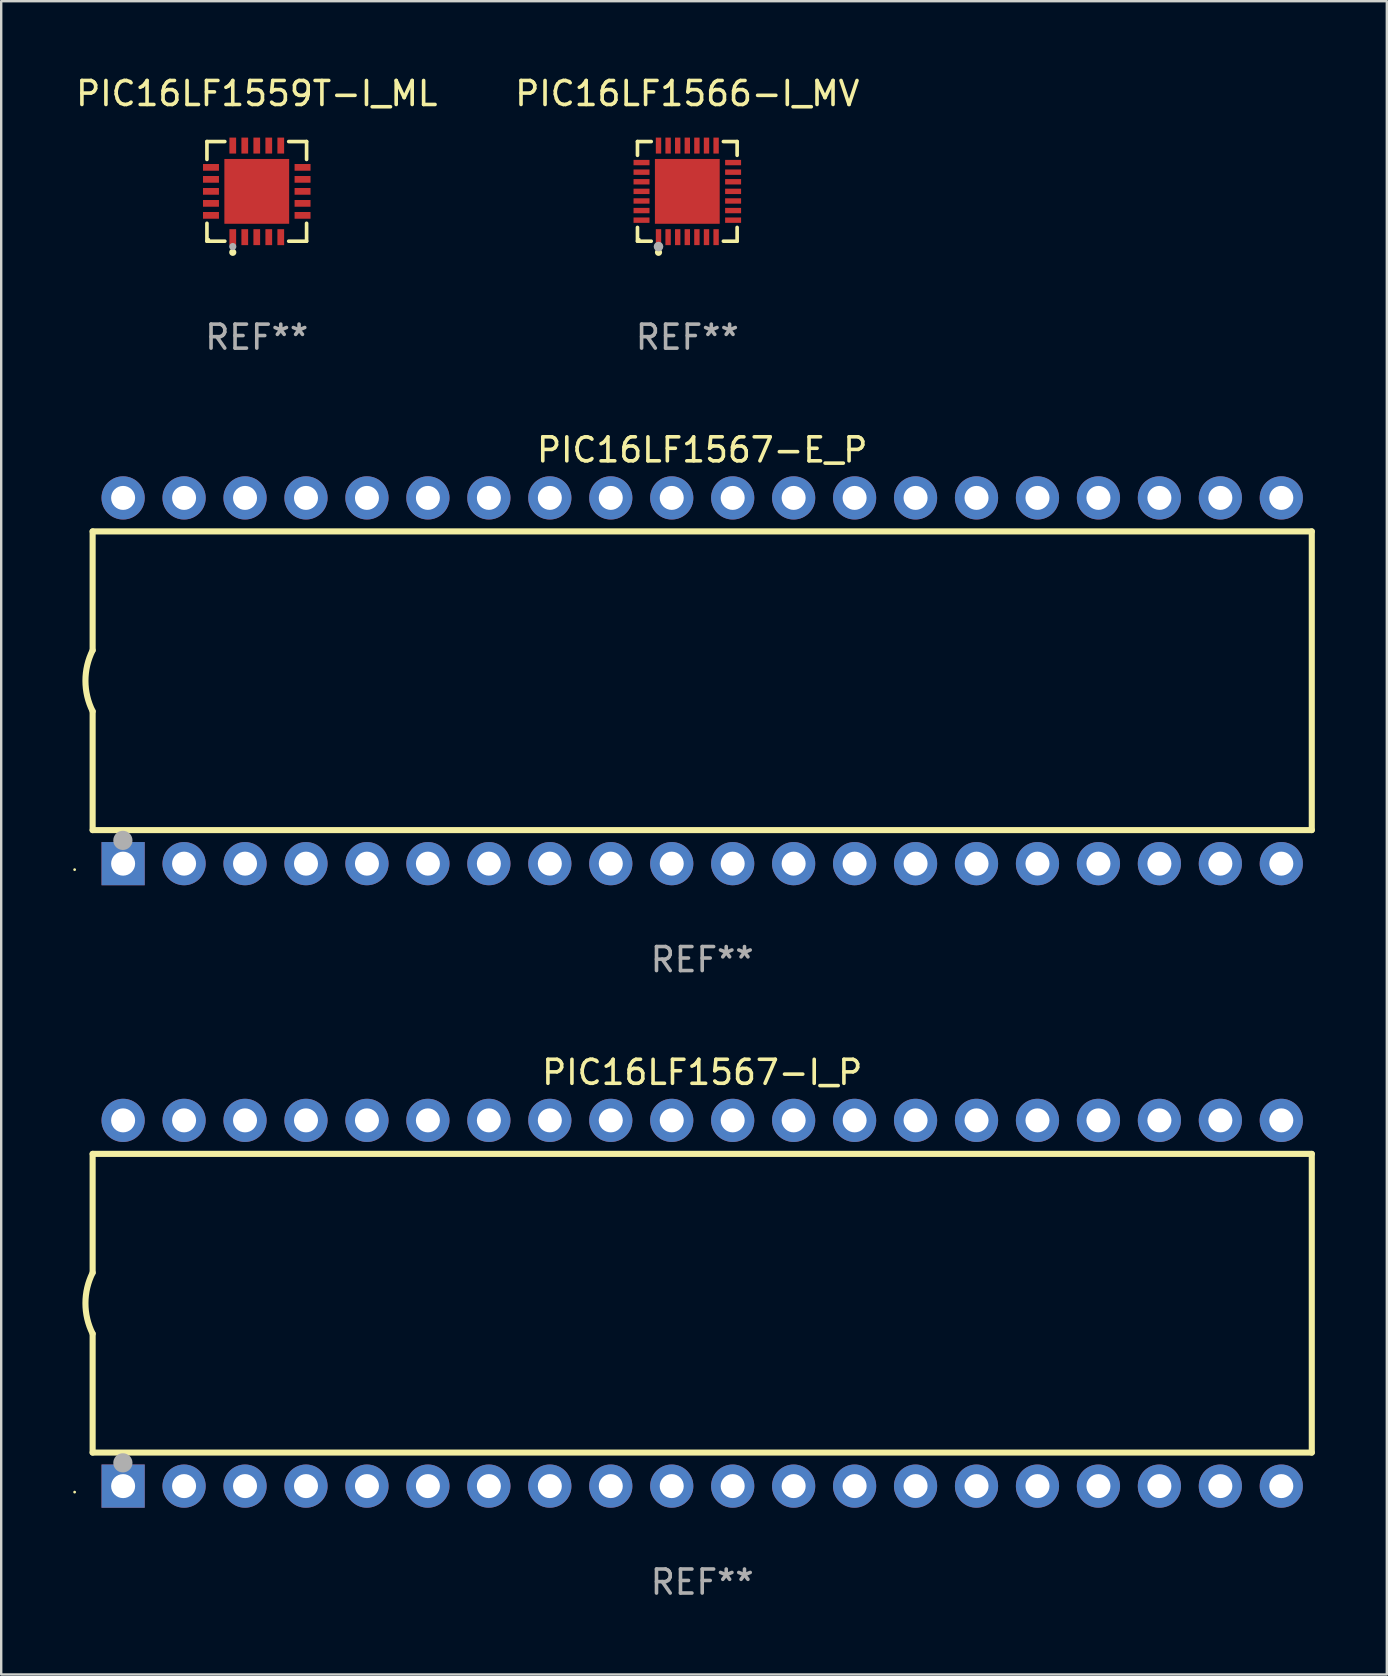
<source format=kicad_pcb>
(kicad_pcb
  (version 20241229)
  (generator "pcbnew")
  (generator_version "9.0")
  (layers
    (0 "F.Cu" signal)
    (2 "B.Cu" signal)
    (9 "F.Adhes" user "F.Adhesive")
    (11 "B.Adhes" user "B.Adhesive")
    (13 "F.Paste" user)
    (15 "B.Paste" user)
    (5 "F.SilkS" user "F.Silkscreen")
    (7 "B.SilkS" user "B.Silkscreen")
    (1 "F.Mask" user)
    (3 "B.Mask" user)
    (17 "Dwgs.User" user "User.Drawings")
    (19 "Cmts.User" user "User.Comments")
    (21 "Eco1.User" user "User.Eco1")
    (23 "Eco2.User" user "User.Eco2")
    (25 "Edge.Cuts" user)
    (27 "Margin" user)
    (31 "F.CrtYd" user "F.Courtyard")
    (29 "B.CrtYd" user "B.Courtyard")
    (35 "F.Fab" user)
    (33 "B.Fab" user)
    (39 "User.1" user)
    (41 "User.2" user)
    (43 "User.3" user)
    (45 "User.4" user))
  (footprint "PIC16LF1566-I_MV"
    (layer "F.Cu")
    (at 25.589 4.924)
    (property "Reference" "PIC16LF1566-I_MV" (at 0 -4.076 0) (layer "F.SilkS") (effects (font (size 1 1) (thickness 0.15))))
    (attr through_hole)
    (fp_line (start -2.076 -2.076) (end -1.503 -2.076) (stroke (width 0.152) (type solid)) (layer "F.SilkS"))
    (fp_line (start -2.076 -1.503) (end -2.076 -2.076) (stroke (width 0.152) (type solid)) (layer "F.SilkS"))
    (fp_line (start -2.076 1.503) (end -2.076 2.076) (stroke (width 0.152) (type solid)) (layer "F.SilkS"))
    (fp_line (start -2.076 2.076) (end -1.503 2.076) (stroke (width 0.152) (type solid)) (layer "F.SilkS"))
    (fp_line (start 2.076 -2.076) (end 1.503 -2.076) (stroke (width 0.152) (type solid)) (layer "F.SilkS"))
    (fp_line (start 2.076 -1.503) (end 2.076 -2.076) (stroke (width 0.152) (type solid)) (layer "F.SilkS"))
    (fp_line (start 2.076 1.503) (end 2.076 2.076) (stroke (width 0.152) (type solid)) (layer "F.SilkS"))
    (fp_line (start 2.076 2.076) (end 1.503 2.076) (stroke (width 0.152) (type solid)) (layer "F.SilkS"))
    (fp_circle (center -2 2) (end -1.97 2) (stroke (width 0.06) (type solid)) (fill no) (layer "F.SilkS"))
    (fp_circle (center -1.2 2.54) (end -1.125 2.54) (stroke (width 0.15) (type solid)) (fill no) (layer "F.SilkS"))
    (fp_circle (center -1.2 2.3) (end -1.1 2.3) (stroke (width 0.2) (type solid)) (fill no) (layer "F.Fab"))
    (fp_text user "REF**" (at 0 6.076 0) (layer "F.Fab") (effects (font (size 1 1) (thickness 0.15))))
    (pad "1" smd rect (at -1.2 1.908) (size 0.224 0.665) (layers "F.Cu" "F.Mask" "F.Paste"))
    (pad "2" smd rect (at -0.8 1.908) (size 0.224 0.665) (layers "F.Cu" "F.Mask" "F.Paste"))
    (pad "3" smd rect (at -0.4 1.908) (size 0.224 0.665) (layers "F.Cu" "F.Mask" "F.Paste"))
    (pad "4" smd rect (at 0 1.908) (size 0.224 0.665) (layers "F.Cu" "F.Mask" "F.Paste"))
    (pad "5" smd rect (at 0.4 1.908) (size 0.224 0.665) (layers "F.Cu" "F.Mask" "F.Paste"))
    (pad "6" smd rect (at 0.8 1.908) (size 0.224 0.665) (layers "F.Cu" "F.Mask" "F.Paste"))
    (pad "7" smd rect (at 1.2 1.908) (size 0.224 0.665) (layers "F.Cu" "F.Mask" "F.Paste"))
    (pad "8" smd rect (at 1.908 1.2) (size 0.665 0.224) (layers "F.Cu" "F.Mask" "F.Paste"))
    (pad "9" smd rect (at 1.908 0.8) (size 0.665 0.224) (layers "F.Cu" "F.Mask" "F.Paste"))
    (pad "10" smd rect (at 1.908 0.4) (size 0.665 0.224) (layers "F.Cu" "F.Mask" "F.Paste"))
    (pad "11" smd rect (at 1.908 0) (size 0.665 0.224) (layers "F.Cu" "F.Mask" "F.Paste"))
    (pad "12" smd rect (at 1.908 -0.4) (size 0.665 0.224) (layers "F.Cu" "F.Mask" "F.Paste"))
    (pad "13" smd rect (at 1.908 -0.8) (size 0.665 0.224) (layers "F.Cu" "F.Mask" "F.Paste"))
    (pad "14" smd rect (at 1.908 -1.2) (size 0.665 0.224) (layers "F.Cu" "F.Mask" "F.Paste"))
    (pad "15" smd rect (at 1.2 -1.908) (size 0.224 0.665) (layers "F.Cu" "F.Mask" "F.Paste"))
    (pad "16" smd rect (at 0.8 -1.908) (size 0.224 0.665) (layers "F.Cu" "F.Mask" "F.Paste"))
    (pad "17" smd rect (at 0.4 -1.908) (size 0.224 0.665) (layers "F.Cu" "F.Mask" "F.Paste"))
    (pad "18" smd rect (at 0 -1.908) (size 0.224 0.665) (layers "F.Cu" "F.Mask" "F.Paste"))
    (pad "19" smd rect (at -0.4 -1.908) (size 0.224 0.665) (layers "F.Cu" "F.Mask" "F.Paste"))
    (pad "20" smd rect (at -0.8 -1.908) (size 0.224 0.665) (layers "F.Cu" "F.Mask" "F.Paste"))
    (pad "21" smd rect (at -1.2 -1.908) (size 0.224 0.665) (layers "F.Cu" "F.Mask" "F.Paste"))
    (pad "22" smd rect (at -1.908 -1.2) (size 0.665 0.224) (layers "F.Cu" "F.Mask" "F.Paste"))
    (pad "23" smd rect (at -1.908 -0.8) (size 0.665 0.224) (layers "F.Cu" "F.Mask" "F.Paste"))
    (pad "24" smd rect (at -1.908 -0.4) (size 0.665 0.224) (layers "F.Cu" "F.Mask" "F.Paste"))
    (pad "25" smd rect (at -1.908 0) (size 0.665 0.224) (layers "F.Cu" "F.Mask" "F.Paste"))
    (pad "26" smd rect (at -1.908 0.4) (size 0.665 0.224) (layers "F.Cu" "F.Mask" "F.Paste"))
    (pad "27" smd rect (at -1.908 0.8) (size 0.665 0.224) (layers "F.Cu" "F.Mask" "F.Paste"))
    (pad "28" smd rect (at -1.908 1.2) (size 0.665 0.224) (layers "F.Cu" "F.Mask" "F.Paste"))
    (pad "29" smd rect (at 0 0) (size 2.7 2.7) (layers "F.Cu" "F.Mask" "F.Paste")))
  (footprint "PIC16LF1567-E_P"
    (layer "F.Cu")
    (at 26.21 25.317)
    (property "Reference" "PIC16LF1567-E_P" (at 0 -9.62 0) (layer "F.SilkS") (effects (font (size 1 1) (thickness 0.15))))
    (attr through_hole)
    (fp_line (start -25.4 -6.224) (end -25.4 -1.271) (stroke (width 0.254) (type solid)) (layer "F.SilkS"))
    (fp_line (start -25.4 -6.224) (end 25.4 -6.224) (stroke (width 0.254) (type solid)) (layer "F.SilkS"))
    (fp_line (start -25.4 1.269) (end -25.4 6.222) (stroke (width 0.254) (type solid)) (layer "F.SilkS"))
    (fp_line (start -25.4 6.222) (end 25.4 6.222) (stroke (width 0.254) (type solid)) (layer "F.SilkS"))
    (fp_line (start 25.4 6.222) (end 25.4 -6.224) (stroke (width 0.254) (type solid)) (layer "F.SilkS"))
    (fp_arc (start -25.4 1.269241) (mid -25.699807 -0.000762) (end -25.4 -1.270765) (stroke (width 0.254001) (type solid)) (layer "F.SilkS"))
    (fp_circle (center -26.15 7.87) (end -26.12 7.87) (stroke (width 0.06) (type solid)) (fill no) (layer "F.SilkS"))
    (fp_circle (center -24.14 6.65) (end -23.94 6.65) (stroke (width 0.4) (type solid)) (fill no) (layer "F.Fab"))
    (fp_text user "REF**" (at 0 11.62 0) (layer "F.Fab") (effects (font (size 1 1) (thickness 0.15))))
    (pad "1" thru_hole rect (at -24.13 7.62 90) (size 1.8 1.8) (drill 1) (layers "*.Cu" "*.Mask"))
    (pad "2" thru_hole circle (at -21.59 7.62) (size 1.8 1.8) (drill 1) (layers "*.Cu" "*.Mask"))
    (pad "3" thru_hole circle (at -19.05 7.62) (size 1.8 1.8) (drill 1) (layers "*.Cu" "*.Mask"))
    (pad "4" thru_hole circle (at -16.51 7.62) (size 1.8 1.8) (drill 1) (layers "*.Cu" "*.Mask"))
    (pad "5" thru_hole circle (at -13.97 7.62) (size 1.8 1.8) (drill 1) (layers "*.Cu" "*.Mask"))
    (pad "6" thru_hole circle (at -11.43 7.62) (size 1.8 1.8) (drill 1) (layers "*.Cu" "*.Mask"))
    (pad "7" thru_hole circle (at -8.89 7.62) (size 1.8 1.8) (drill 1) (layers "*.Cu" "*.Mask"))
    (pad "8" thru_hole circle (at -6.35 7.62) (size 1.8 1.8) (drill 1) (layers "*.Cu" "*.Mask"))
    (pad "9" thru_hole circle (at -3.81 7.62) (size 1.8 1.8) (drill 1) (layers "*.Cu" "*.Mask"))
    (pad "10" thru_hole circle (at -1.27 7.62) (size 1.8 1.8) (drill 1) (layers "*.Cu" "*.Mask"))
    (pad "11" thru_hole circle (at 1.27 7.62) (size 1.8 1.8) (drill 1) (layers "*.Cu" "*.Mask"))
    (pad "12" thru_hole circle (at 3.81 7.62) (size 1.8 1.8) (drill 1) (layers "*.Cu" "*.Mask"))
    (pad "13" thru_hole circle (at 6.35 7.62) (size 1.8 1.8) (drill 1) (layers "*.Cu" "*.Mask"))
    (pad "14" thru_hole circle (at 8.89 7.62) (size 1.8 1.8) (drill 1) (layers "*.Cu" "*.Mask"))
    (pad "15" thru_hole circle (at 11.43 7.62) (size 1.8 1.8) (drill 1) (layers "*.Cu" "*.Mask"))
    (pad "16" thru_hole circle (at 13.97 7.62) (size 1.8 1.8) (drill 1) (layers "*.Cu" "*.Mask"))
    (pad "17" thru_hole circle (at 16.51 7.62) (size 1.8 1.8) (drill 1) (layers "*.Cu" "*.Mask"))
    (pad "18" thru_hole circle (at 19.05 7.62) (size 1.8 1.8) (drill 1) (layers "*.Cu" "*.Mask"))
    (pad "19" thru_hole circle (at 21.59 7.62) (size 1.8 1.8) (drill 1) (layers "*.Cu" "*.Mask"))
    (pad "20" thru_hole circle (at 24.13 7.62) (size 1.8 1.8) (drill 1) (layers "*.Cu" "*.Mask"))
    (pad "21" thru_hole circle (at 24.13 -7.62) (size 1.8 1.8) (drill 1) (layers "*.Cu" "*.Mask"))
    (pad "22" thru_hole circle (at 21.59 -7.62) (size 1.8 1.8) (drill 1) (layers "*.Cu" "*.Mask"))
    (pad "23" thru_hole circle (at 19.05 -7.62) (size 1.8 1.8) (drill 1) (layers "*.Cu" "*.Mask"))
    (pad "24" thru_hole circle (at 16.51 -7.62) (size 1.8 1.8) (drill 1) (layers "*.Cu" "*.Mask"))
    (pad "25" thru_hole circle (at 13.97 -7.62) (size 1.8 1.8) (drill 1) (layers "*.Cu" "*.Mask"))
    (pad "26" thru_hole circle (at 11.43 -7.62) (size 1.8 1.8) (drill 1) (layers "*.Cu" "*.Mask"))
    (pad "27" thru_hole circle (at 8.89 -7.62) (size 1.8 1.8) (drill 1) (layers "*.Cu" "*.Mask"))
    (pad "28" thru_hole circle (at 6.35 -7.62) (size 1.8 1.8) (drill 1) (layers "*.Cu" "*.Mask"))
    (pad "29" thru_hole circle (at 3.81 -7.62) (size 1.8 1.8) (drill 1) (layers "*.Cu" "*.Mask"))
    (pad "30" thru_hole circle (at 1.27 -7.62) (size 1.8 1.8) (drill 1) (layers "*.Cu" "*.Mask"))
    (pad "31" thru_hole circle (at -1.27 -7.62) (size 1.8 1.8) (drill 1) (layers "*.Cu" "*.Mask"))
    (pad "32" thru_hole circle (at -3.81 -7.62) (size 1.8 1.8) (drill 1) (layers "*.Cu" "*.Mask"))
    (pad "33" thru_hole circle (at -6.35 -7.62) (size 1.8 1.8) (drill 1) (layers "*.Cu" "*.Mask"))
    (pad "34" thru_hole circle (at -8.89 -7.62) (size 1.8 1.8) (drill 1) (layers "*.Cu" "*.Mask"))
    (pad "35" thru_hole circle (at -11.43 -7.62) (size 1.8 1.8) (drill 1) (layers "*.Cu" "*.Mask"))
    (pad "36" thru_hole circle (at -13.97 -7.62) (size 1.8 1.8) (drill 1) (layers "*.Cu" "*.Mask"))
    (pad "37" thru_hole circle (at -16.51 -7.62) (size 1.8 1.8) (drill 1) (layers "*.Cu" "*.Mask"))
    (pad "38" thru_hole circle (at -19.05 -7.62) (size 1.8 1.8) (drill 1) (layers "*.Cu" "*.Mask"))
    (pad "39" thru_hole circle (at -21.59 -7.62) (size 1.8 1.8) (drill 1) (layers "*.Cu" "*.Mask"))
    (pad "40" thru_hole circle (at -24.13 -7.62) (size 1.8 1.8) (drill 1) (layers "*.Cu" "*.Mask")))
  (footprint "PIC16LF1559T-I_ML"
    (layer "F.Cu")
    (at 7.649 4.924)
    (property "Reference" "PIC16LF1559T-I_ML" (at 0 -4.076 0) (layer "F.SilkS") (effects (font (size 1 1) (thickness 0.15))))
    (attr through_hole)
    (fp_line (start -2.076 -2.076) (end -1.331 -2.076) (stroke (width 0.152) (type solid)) (layer "F.SilkS"))
    (fp_line (start -2.076 -1.331) (end -2.076 -2.076) (stroke (width 0.152) (type solid)) (layer "F.SilkS"))
    (fp_line (start -2.076 1.331) (end -2.076 2.076) (stroke (width 0.152) (type solid)) (layer "F.SilkS"))
    (fp_line (start -2.076 2.076) (end -1.331 2.076) (stroke (width 0.152) (type solid)) (layer "F.SilkS"))
    (fp_line (start 2.076 -2.076) (end 1.331 -2.076) (stroke (width 0.152) (type solid)) (layer "F.SilkS"))
    (fp_line (start 2.076 -1.331) (end 2.076 -2.076) (stroke (width 0.152) (type solid)) (layer "F.SilkS"))
    (fp_line (start 2.076 1.331) (end 2.076 2.076) (stroke (width 0.152) (type solid)) (layer "F.SilkS"))
    (fp_line (start 2.076 2.076) (end 1.331 2.076) (stroke (width 0.152) (type solid)) (layer "F.SilkS"))
    (fp_circle (center -2 2) (end -1.97 2) (stroke (width 0.06) (type solid)) (fill no) (layer "F.SilkS"))
    (fp_circle (center -1 2.54) (end -0.925 2.54) (stroke (width 0.15) (type solid)) (fill no) (layer "F.SilkS"))
    (fp_circle (center -1 2.3) (end -0.925 2.3) (stroke (width 0.15) (type solid)) (fill no) (layer "F.Fab"))
    (fp_text user "REF**" (at 0 6.076 0) (layer "F.Fab") (effects (font (size 1 1) (thickness 0.15))))
    (pad "1" smd rect (at -1 1.908) (size 0.28 0.665) (layers "F.Cu" "F.Mask" "F.Paste"))
    (pad "2" smd rect (at -0.5 1.908) (size 0.28 0.665) (layers "F.Cu" "F.Mask" "F.Paste"))
    (pad "3" smd rect (at 0 1.908) (size 0.28 0.665) (layers "F.Cu" "F.Mask" "F.Paste"))
    (pad "4" smd rect (at 0.5 1.908) (size 0.28 0.665) (layers "F.Cu" "F.Mask" "F.Paste"))
    (pad "5" smd rect (at 1 1.908) (size 0.28 0.665) (layers "F.Cu" "F.Mask" "F.Paste"))
    (pad "6" smd rect (at 1.908 1) (size 0.665 0.28) (layers "F.Cu" "F.Mask" "F.Paste"))
    (pad "7" smd rect (at 1.908 0.5) (size 0.665 0.28) (layers "F.Cu" "F.Mask" "F.Paste"))
    (pad "8" smd rect (at 1.908 0) (size 0.665 0.28) (layers "F.Cu" "F.Mask" "F.Paste"))
    (pad "9" smd rect (at 1.908 -0.5) (size 0.665 0.28) (layers "F.Cu" "F.Mask" "F.Paste"))
    (pad "10" smd rect (at 1.908 -1) (size 0.665 0.28) (layers "F.Cu" "F.Mask" "F.Paste"))
    (pad "11" smd rect (at 1 -1.908) (size 0.28 0.665) (layers "F.Cu" "F.Mask" "F.Paste"))
    (pad "12" smd rect (at 0.5 -1.908) (size 0.28 0.665) (layers "F.Cu" "F.Mask" "F.Paste"))
    (pad "13" smd rect (at 0 -1.908) (size 0.28 0.665) (layers "F.Cu" "F.Mask" "F.Paste"))
    (pad "14" smd rect (at -0.5 -1.908) (size 0.28 0.665) (layers "F.Cu" "F.Mask" "F.Paste"))
    (pad "15" smd rect (at -1 -1.908) (size 0.28 0.665) (layers "F.Cu" "F.Mask" "F.Paste"))
    (pad "16" smd rect (at -1.908 -1) (size 0.665 0.28) (layers "F.Cu" "F.Mask" "F.Paste"))
    (pad "17" smd rect (at -1.908 -0.5) (size 0.665 0.28) (layers "F.Cu" "F.Mask" "F.Paste"))
    (pad "18" smd rect (at -1.908 0) (size 0.665 0.28) (layers "F.Cu" "F.Mask" "F.Paste"))
    (pad "19" smd rect (at -1.908 0.5) (size 0.665 0.28) (layers "F.Cu" "F.Mask" "F.Paste"))
    (pad "20" smd rect (at -1.908 1) (size 0.665 0.28) (layers "F.Cu" "F.Mask" "F.Paste"))
    (pad "21" smd rect (at 0 0) (size 2.7 2.7) (layers "F.Cu" "F.Mask" "F.Paste")))
  (footprint "PIC16LF1567-I_P"
    (layer "F.Cu")
    (at 26.21 51.254)
    (property "Reference" "PIC16LF1567-I_P" (at 0 -9.62 0) (layer "F.SilkS") (effects (font (size 1 1) (thickness 0.15))))
    (attr through_hole)
    (fp_line (start -25.4 -6.224) (end -25.4 -1.271) (stroke (width 0.254) (type solid)) (layer "F.SilkS"))
    (fp_line (start -25.4 -6.224) (end 25.4 -6.224) (stroke (width 0.254) (type solid)) (layer "F.SilkS"))
    (fp_line (start -25.4 1.269) (end -25.4 6.222) (stroke (width 0.254) (type solid)) (layer "F.SilkS"))
    (fp_line (start -25.4 6.222) (end 25.4 6.222) (stroke (width 0.254) (type solid)) (layer "F.SilkS"))
    (fp_line (start 25.4 6.222) (end 25.4 -6.224) (stroke (width 0.254) (type solid)) (layer "F.SilkS"))
    (fp_arc (start -25.4 1.269241) (mid -25.699807 -0.000762) (end -25.4 -1.270765) (stroke (width 0.254001) (type solid)) (layer "F.SilkS"))
    (fp_circle (center -26.15 7.87) (end -26.12 7.87) (stroke (width 0.06) (type solid)) (fill no) (layer "F.SilkS"))
    (fp_circle (center -24.14 6.65) (end -23.94 6.65) (stroke (width 0.4) (type solid)) (fill no) (layer "F.Fab"))
    (fp_text user "REF**" (at 0 11.62 0) (layer "F.Fab") (effects (font (size 1 1) (thickness 0.15))))
    (pad "1" thru_hole rect (at -24.13 7.62 90) (size 1.8 1.8) (drill 1) (layers "*.Cu" "*.Mask"))
    (pad "2" thru_hole circle (at -21.59 7.62) (size 1.8 1.8) (drill 1) (layers "*.Cu" "*.Mask"))
    (pad "3" thru_hole circle (at -19.05 7.62) (size 1.8 1.8) (drill 1) (layers "*.Cu" "*.Mask"))
    (pad "4" thru_hole circle (at -16.51 7.62) (size 1.8 1.8) (drill 1) (layers "*.Cu" "*.Mask"))
    (pad "5" thru_hole circle (at -13.97 7.62) (size 1.8 1.8) (drill 1) (layers "*.Cu" "*.Mask"))
    (pad "6" thru_hole circle (at -11.43 7.62) (size 1.8 1.8) (drill 1) (layers "*.Cu" "*.Mask"))
    (pad "7" thru_hole circle (at -8.89 7.62) (size 1.8 1.8) (drill 1) (layers "*.Cu" "*.Mask"))
    (pad "8" thru_hole circle (at -6.35 7.62) (size 1.8 1.8) (drill 1) (layers "*.Cu" "*.Mask"))
    (pad "9" thru_hole circle (at -3.81 7.62) (size 1.8 1.8) (drill 1) (layers "*.Cu" "*.Mask"))
    (pad "10" thru_hole circle (at -1.27 7.62) (size 1.8 1.8) (drill 1) (layers "*.Cu" "*.Mask"))
    (pad "11" thru_hole circle (at 1.27 7.62) (size 1.8 1.8) (drill 1) (layers "*.Cu" "*.Mask"))
    (pad "12" thru_hole circle (at 3.81 7.62) (size 1.8 1.8) (drill 1) (layers "*.Cu" "*.Mask"))
    (pad "13" thru_hole circle (at 6.35 7.62) (size 1.8 1.8) (drill 1) (layers "*.Cu" "*.Mask"))
    (pad "14" thru_hole circle (at 8.89 7.62) (size 1.8 1.8) (drill 1) (layers "*.Cu" "*.Mask"))
    (pad "15" thru_hole circle (at 11.43 7.62) (size 1.8 1.8) (drill 1) (layers "*.Cu" "*.Mask"))
    (pad "16" thru_hole circle (at 13.97 7.62) (size 1.8 1.8) (drill 1) (layers "*.Cu" "*.Mask"))
    (pad "17" thru_hole circle (at 16.51 7.62) (size 1.8 1.8) (drill 1) (layers "*.Cu" "*.Mask"))
    (pad "18" thru_hole circle (at 19.05 7.62) (size 1.8 1.8) (drill 1) (layers "*.Cu" "*.Mask"))
    (pad "19" thru_hole circle (at 21.59 7.62) (size 1.8 1.8) (drill 1) (layers "*.Cu" "*.Mask"))
    (pad "20" thru_hole circle (at 24.13 7.62) (size 1.8 1.8) (drill 1) (layers "*.Cu" "*.Mask"))
    (pad "21" thru_hole circle (at 24.13 -7.62) (size 1.8 1.8) (drill 1) (layers "*.Cu" "*.Mask"))
    (pad "22" thru_hole circle (at 21.59 -7.62) (size 1.8 1.8) (drill 1) (layers "*.Cu" "*.Mask"))
    (pad "23" thru_hole circle (at 19.05 -7.62) (size 1.8 1.8) (drill 1) (layers "*.Cu" "*.Mask"))
    (pad "24" thru_hole circle (at 16.51 -7.62) (size 1.8 1.8) (drill 1) (layers "*.Cu" "*.Mask"))
    (pad "25" thru_hole circle (at 13.97 -7.62) (size 1.8 1.8) (drill 1) (layers "*.Cu" "*.Mask"))
    (pad "26" thru_hole circle (at 11.43 -7.62) (size 1.8 1.8) (drill 1) (layers "*.Cu" "*.Mask"))
    (pad "27" thru_hole circle (at 8.89 -7.62) (size 1.8 1.8) (drill 1) (layers "*.Cu" "*.Mask"))
    (pad "28" thru_hole circle (at 6.35 -7.62) (size 1.8 1.8) (drill 1) (layers "*.Cu" "*.Mask"))
    (pad "29" thru_hole circle (at 3.81 -7.62) (size 1.8 1.8) (drill 1) (layers "*.Cu" "*.Mask"))
    (pad "30" thru_hole circle (at 1.27 -7.62) (size 1.8 1.8) (drill 1) (layers "*.Cu" "*.Mask"))
    (pad "31" thru_hole circle (at -1.27 -7.62) (size 1.8 1.8) (drill 1) (layers "*.Cu" "*.Mask"))
    (pad "32" thru_hole circle (at -3.81 -7.62) (size 1.8 1.8) (drill 1) (layers "*.Cu" "*.Mask"))
    (pad "33" thru_hole circle (at -6.35 -7.62) (size 1.8 1.8) (drill 1) (layers "*.Cu" "*.Mask"))
    (pad "34" thru_hole circle (at -8.89 -7.62) (size 1.8 1.8) (drill 1) (layers "*.Cu" "*.Mask"))
    (pad "35" thru_hole circle (at -11.43 -7.62) (size 1.8 1.8) (drill 1) (layers "*.Cu" "*.Mask"))
    (pad "36" thru_hole circle (at -13.97 -7.62) (size 1.8 1.8) (drill 1) (layers "*.Cu" "*.Mask"))
    (pad "37" thru_hole circle (at -16.51 -7.62) (size 1.8 1.8) (drill 1) (layers "*.Cu" "*.Mask"))
    (pad "38" thru_hole circle (at -19.05 -7.62) (size 1.8 1.8) (drill 1) (layers "*.Cu" "*.Mask"))
    (pad "39" thru_hole circle (at -21.59 -7.62) (size 1.8 1.8) (drill 1) (layers "*.Cu" "*.Mask"))
    (pad "40" thru_hole circle (at -24.13 -7.62) (size 1.8 1.8) (drill 1) (layers "*.Cu" "*.Mask")))
  (gr_rect
    (start -3 -3)
    (end 54.737 66.722)
    (stroke (width 0.1) (type default))
    (fill no)
    (layer "Edge.Cuts")))
</source>
